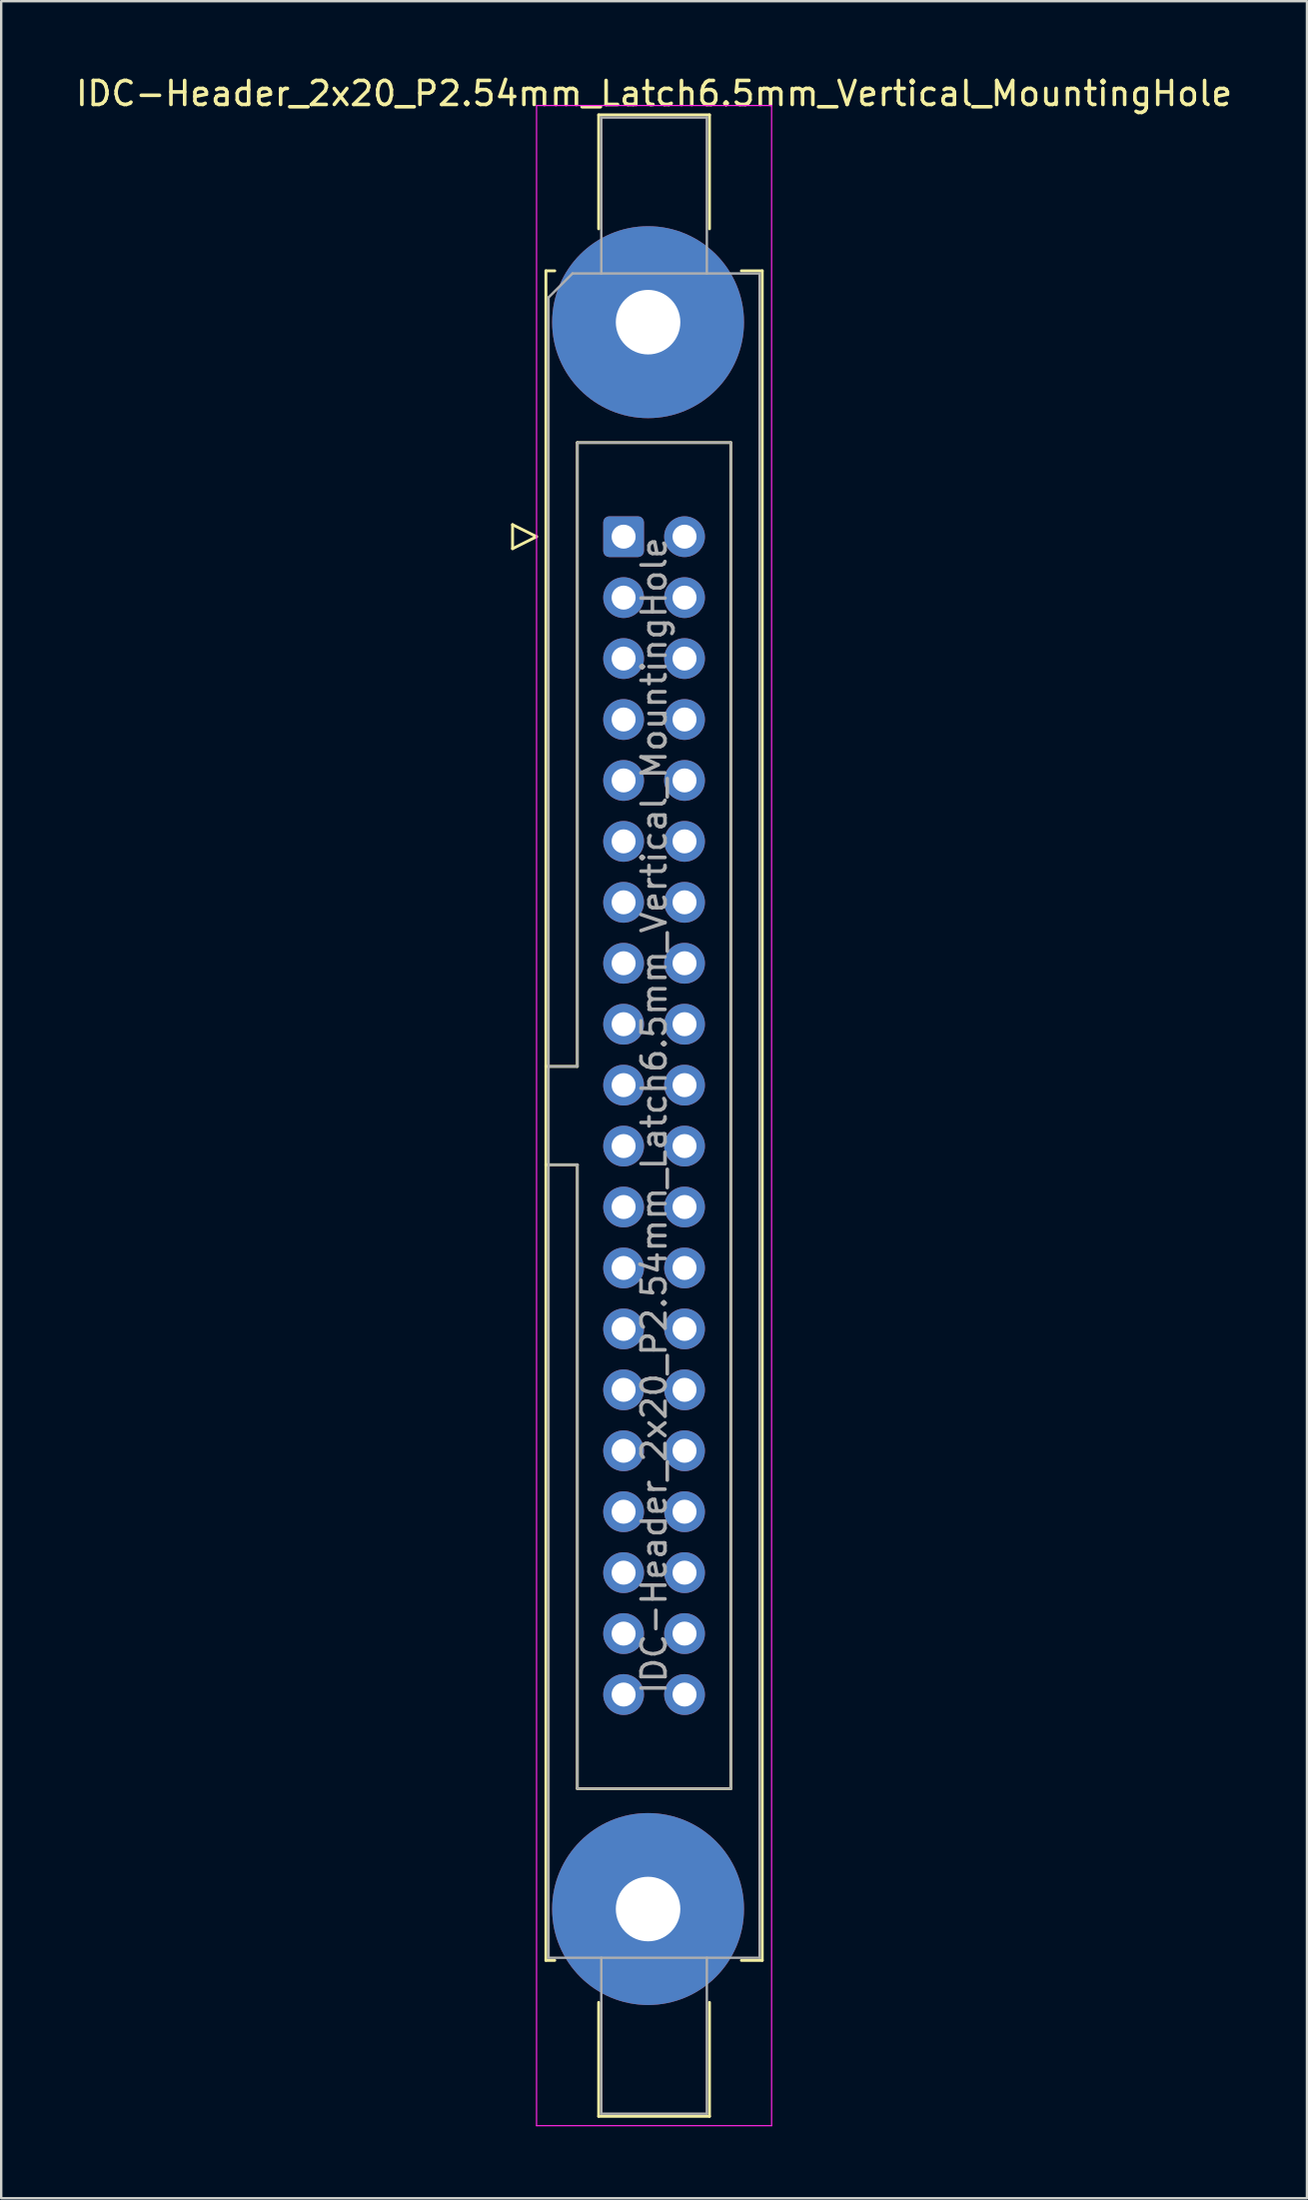
<source format=kicad_pcb>
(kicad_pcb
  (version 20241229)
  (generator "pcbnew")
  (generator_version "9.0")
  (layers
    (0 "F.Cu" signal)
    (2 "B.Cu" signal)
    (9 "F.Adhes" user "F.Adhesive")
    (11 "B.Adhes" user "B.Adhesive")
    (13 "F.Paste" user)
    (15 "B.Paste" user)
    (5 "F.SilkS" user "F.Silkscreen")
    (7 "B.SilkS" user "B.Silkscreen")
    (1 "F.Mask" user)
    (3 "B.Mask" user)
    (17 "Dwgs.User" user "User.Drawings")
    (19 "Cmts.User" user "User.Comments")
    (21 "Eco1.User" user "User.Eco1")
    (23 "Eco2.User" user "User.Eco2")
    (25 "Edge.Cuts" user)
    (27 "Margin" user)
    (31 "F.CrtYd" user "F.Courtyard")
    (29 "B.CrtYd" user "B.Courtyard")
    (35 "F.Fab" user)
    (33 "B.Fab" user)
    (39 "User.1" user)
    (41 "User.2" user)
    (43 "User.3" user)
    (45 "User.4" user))
  (footprint "IDC-Header_2x20_P2.54mm_Latch6.5mm_Vertical_MountingHole"
    (layer "F.Cu")
    (at 22.95 19.318)
    (property "Reference" "IDC-Header_2x20_P2.54mm_Latch6.5mm_Vertical_MountingHole" (at 1.27 -18.47 0) (layer "F.SilkS") (effects (font (size 1 1) (thickness 0.15))))
    (attr through_hole)
    (fp_line (start -4.63 -0.5) (end -4.63 0.5) (stroke (width 0.12) (type solid)) (layer "F.SilkS"))
    (fp_line (start -4.63 0.5) (end -3.63 0) (stroke (width 0.12) (type solid)) (layer "F.SilkS"))
    (fp_line (start -3.63 0) (end -4.63 -0.5) (stroke (width 0.12) (type solid)) (layer "F.SilkS"))
    (fp_line (start -3.24 -11.08) (end -3.24 59.34) (stroke (width 0.12) (type solid)) (layer "F.SilkS"))
    (fp_line (start -3.24 22.08) (end -1.93 22.08) (stroke (width 0.12) (type solid)) (layer "F.SilkS"))
    (fp_line (start -3.24 59.34) (end -2.87 59.34) (stroke (width 0.12) (type solid)) (layer "F.SilkS"))
    (fp_line (start -2.87 -11.08) (end -3.24 -11.08) (stroke (width 0.12) (type solid)) (layer "F.SilkS"))
    (fp_line (start -1.93 -3.92) (end 4.47 -3.92) (stroke (width 0.12) (type solid)) (layer "F.SilkS"))
    (fp_line (start -1.93 22.08) (end -1.93 -3.92) (stroke (width 0.12) (type solid)) (layer "F.SilkS"))
    (fp_line (start -1.93 26.18) (end -3.24 26.18) (stroke (width 0.12) (type solid)) (layer "F.SilkS"))
    (fp_line (start -1.93 26.18) (end -1.93 26.18) (stroke (width 0.12) (type solid)) (layer "F.SilkS"))
    (fp_line (start -1.93 52.18) (end -1.93 26.18) (stroke (width 0.12) (type solid)) (layer "F.SilkS"))
    (fp_line (start -1.04 -17.58) (end 3.58 -17.58) (stroke (width 0.12) (type solid)) (layer "F.SilkS"))
    (fp_line (start -1.04 -12.83) (end -1.04 -17.58) (stroke (width 0.12) (type solid)) (layer "F.SilkS"))
    (fp_line (start -1.04 61.09) (end -1.04 65.84) (stroke (width 0.12) (type solid)) (layer "F.SilkS"))
    (fp_line (start -1.04 65.84) (end 3.58 65.84) (stroke (width 0.12) (type solid)) (layer "F.SilkS"))
    (fp_line (start 3.58 -17.58) (end 3.58 -12.83) (stroke (width 0.12) (type solid)) (layer "F.SilkS"))
    (fp_line (start 3.58 65.84) (end 3.58 61.09) (stroke (width 0.12) (type solid)) (layer "F.SilkS"))
    (fp_line (start 4.47 -3.92) (end 4.47 52.18) (stroke (width 0.12) (type solid)) (layer "F.SilkS"))
    (fp_line (start 4.47 52.18) (end -1.93 52.18) (stroke (width 0.12) (type solid)) (layer "F.SilkS"))
    (fp_line (start 4.91 -11.08) (end 5.78 -11.08) (stroke (width 0.12) (type solid)) (layer "F.SilkS"))
    (fp_line (start 5.78 -11.08) (end 5.78 59.34) (stroke (width 0.12) (type solid)) (layer "F.SilkS"))
    (fp_line (start 5.78 59.34) (end 4.91 59.34) (stroke (width 0.12) (type solid)) (layer "F.SilkS"))
    (fp_line (start -3.63 -17.97) (end -3.63 66.23) (stroke (width 0.05) (type solid)) (layer "F.CrtYd"))
    (fp_line (start -3.63 66.23) (end 6.17 66.23) (stroke (width 0.05) (type solid)) (layer "F.CrtYd"))
    (fp_line (start 6.17 -17.97) (end -3.63 -17.97) (stroke (width 0.05) (type solid)) (layer "F.CrtYd"))
    (fp_line (start 6.17 66.23) (end 6.17 -17.97) (stroke (width 0.05) (type solid)) (layer "F.CrtYd"))
    (fp_line (start -3.13 -9.97) (end -2.13 -10.97) (stroke (width 0.1) (type solid)) (layer "F.Fab"))
    (fp_line (start -3.13 22.08) (end -1.93 22.08) (stroke (width 0.1) (type solid)) (layer "F.Fab"))
    (fp_line (start -3.13 59.23) (end -3.13 -9.97) (stroke (width 0.1) (type solid)) (layer "F.Fab"))
    (fp_line (start -2.13 -10.97) (end 5.67 -10.97) (stroke (width 0.1) (type solid)) (layer "F.Fab"))
    (fp_line (start -1.93 -3.92) (end 4.47 -3.92) (stroke (width 0.1) (type solid)) (layer "F.Fab"))
    (fp_line (start -1.93 22.08) (end -1.93 -3.92) (stroke (width 0.1) (type solid)) (layer "F.Fab"))
    (fp_line (start -1.93 26.18) (end -3.13 26.18) (stroke (width 0.1) (type solid)) (layer "F.Fab"))
    (fp_line (start -1.93 26.18) (end -1.93 26.18) (stroke (width 0.1) (type solid)) (layer "F.Fab"))
    (fp_line (start -1.93 52.18) (end -1.93 26.18) (stroke (width 0.1) (type solid)) (layer "F.Fab"))
    (fp_line (start -0.93 -17.47) (end 3.47 -17.47) (stroke (width 0.1) (type solid)) (layer "F.Fab"))
    (fp_line (start -0.93 -10.97) (end -0.93 -17.47) (stroke (width 0.1) (type solid)) (layer "F.Fab"))
    (fp_line (start -0.93 59.23) (end -0.93 65.73) (stroke (width 0.1) (type solid)) (layer "F.Fab"))
    (fp_line (start -0.93 65.73) (end 3.47 65.73) (stroke (width 0.1) (type solid)) (layer "F.Fab"))
    (fp_line (start 3.47 -17.47) (end 3.47 -10.97) (stroke (width 0.1) (type solid)) (layer "F.Fab"))
    (fp_line (start 3.47 65.73) (end 3.47 59.23) (stroke (width 0.1) (type solid)) (layer "F.Fab"))
    (fp_line (start 4.47 -3.92) (end 4.47 52.18) (stroke (width 0.1) (type solid)) (layer "F.Fab"))
    (fp_line (start 4.47 52.18) (end -1.93 52.18) (stroke (width 0.1) (type solid)) (layer "F.Fab"))
    (fp_line (start 5.67 -10.97) (end 5.67 59.23) (stroke (width 0.1) (type solid)) (layer "F.Fab"))
    (fp_line (start 5.67 59.23) (end -3.13 59.23) (stroke (width 0.1) (type solid)) (layer "F.Fab"))
    (fp_text user "${REFERENCE}" (at 1.27 24.13 90) (layer "F.Fab") (effects (font (size 1 1) (thickness 0.15))))
    (pad "" thru_hole circle (at 1.02 -8.94) (size 8 8) (drill 2.69) (layers "*.Cu" "*.Mask"))
    (pad "" thru_hole circle (at 1.02 57.2) (size 8 8) (drill 2.69) (layers "*.Cu" "*.Mask"))
    (pad "1" thru_hole roundrect (at 0 0) (size 1.7 1.7) (drill 1) (layers "*.Cu" "*.Mask") (roundrect_rratio 0.147))
    (pad "2" thru_hole circle (at 2.54 0) (size 1.7 1.7) (drill 1) (layers "*.Cu" "*.Mask"))
    (pad "3" thru_hole circle (at 0 2.54) (size 1.7 1.7) (drill 1) (layers "*.Cu" "*.Mask"))
    (pad "4" thru_hole circle (at 2.54 2.54) (size 1.7 1.7) (drill 1) (layers "*.Cu" "*.Mask"))
    (pad "5" thru_hole circle (at 0 5.08) (size 1.7 1.7) (drill 1) (layers "*.Cu" "*.Mask"))
    (pad "6" thru_hole circle (at 2.54 5.08) (size 1.7 1.7) (drill 1) (layers "*.Cu" "*.Mask"))
    (pad "7" thru_hole circle (at 0 7.62) (size 1.7 1.7) (drill 1) (layers "*.Cu" "*.Mask"))
    (pad "8" thru_hole circle (at 2.54 7.62) (size 1.7 1.7) (drill 1) (layers "*.Cu" "*.Mask"))
    (pad "9" thru_hole circle (at 0 10.16) (size 1.7 1.7) (drill 1) (layers "*.Cu" "*.Mask"))
    (pad "10" thru_hole circle (at 2.54 10.16) (size 1.7 1.7) (drill 1) (layers "*.Cu" "*.Mask"))
    (pad "11" thru_hole circle (at 0 12.7) (size 1.7 1.7) (drill 1) (layers "*.Cu" "*.Mask"))
    (pad "12" thru_hole circle (at 2.54 12.7) (size 1.7 1.7) (drill 1) (layers "*.Cu" "*.Mask"))
    (pad "13" thru_hole circle (at 0 15.24) (size 1.7 1.7) (drill 1) (layers "*.Cu" "*.Mask"))
    (pad "14" thru_hole circle (at 2.54 15.24) (size 1.7 1.7) (drill 1) (layers "*.Cu" "*.Mask"))
    (pad "15" thru_hole circle (at 0 17.78) (size 1.7 1.7) (drill 1) (layers "*.Cu" "*.Mask"))
    (pad "16" thru_hole circle (at 2.54 17.78) (size 1.7 1.7) (drill 1) (layers "*.Cu" "*.Mask"))
    (pad "17" thru_hole circle (at 0 20.32) (size 1.7 1.7) (drill 1) (layers "*.Cu" "*.Mask"))
    (pad "18" thru_hole circle (at 2.54 20.32) (size 1.7 1.7) (drill 1) (layers "*.Cu" "*.Mask"))
    (pad "19" thru_hole circle (at 0 22.86) (size 1.7 1.7) (drill 1) (layers "*.Cu" "*.Mask"))
    (pad "20" thru_hole circle (at 2.54 22.86) (size 1.7 1.7) (drill 1) (layers "*.Cu" "*.Mask"))
    (pad "21" thru_hole circle (at 0 25.4) (size 1.7 1.7) (drill 1) (layers "*.Cu" "*.Mask"))
    (pad "22" thru_hole circle (at 2.54 25.4) (size 1.7 1.7) (drill 1) (layers "*.Cu" "*.Mask"))
    (pad "23" thru_hole circle (at 0 27.94) (size 1.7 1.7) (drill 1) (layers "*.Cu" "*.Mask"))
    (pad "24" thru_hole circle (at 2.54 27.94) (size 1.7 1.7) (drill 1) (layers "*.Cu" "*.Mask"))
    (pad "25" thru_hole circle (at 0 30.48) (size 1.7 1.7) (drill 1) (layers "*.Cu" "*.Mask"))
    (pad "26" thru_hole circle (at 2.54 30.48) (size 1.7 1.7) (drill 1) (layers "*.Cu" "*.Mask"))
    (pad "27" thru_hole circle (at 0 33.02) (size 1.7 1.7) (drill 1) (layers "*.Cu" "*.Mask"))
    (pad "28" thru_hole circle (at 2.54 33.02) (size 1.7 1.7) (drill 1) (layers "*.Cu" "*.Mask"))
    (pad "29" thru_hole circle (at 0 35.56) (size 1.7 1.7) (drill 1) (layers "*.Cu" "*.Mask"))
    (pad "30" thru_hole circle (at 2.54 35.56) (size 1.7 1.7) (drill 1) (layers "*.Cu" "*.Mask"))
    (pad "31" thru_hole circle (at 0 38.1) (size 1.7 1.7) (drill 1) (layers "*.Cu" "*.Mask"))
    (pad "32" thru_hole circle (at 2.54 38.1) (size 1.7 1.7) (drill 1) (layers "*.Cu" "*.Mask"))
    (pad "33" thru_hole circle (at 0 40.64) (size 1.7 1.7) (drill 1) (layers "*.Cu" "*.Mask"))
    (pad "34" thru_hole circle (at 2.54 40.64) (size 1.7 1.7) (drill 1) (layers "*.Cu" "*.Mask"))
    (pad "35" thru_hole circle (at 0 43.18) (size 1.7 1.7) (drill 1) (layers "*.Cu" "*.Mask"))
    (pad "36" thru_hole circle (at 2.54 43.18) (size 1.7 1.7) (drill 1) (layers "*.Cu" "*.Mask"))
    (pad "37" thru_hole circle (at 0 45.72) (size 1.7 1.7) (drill 1) (layers "*.Cu" "*.Mask"))
    (pad "38" thru_hole circle (at 2.54 45.72) (size 1.7 1.7) (drill 1) (layers "*.Cu" "*.Mask"))
    (pad "39" thru_hole circle (at 0 48.26) (size 1.7 1.7) (drill 1) (layers "*.Cu" "*.Mask"))
    (pad "40" thru_hole circle (at 2.54 48.26) (size 1.7 1.7) (drill 1) (layers "*.Cu" "*.Mask")))
  (gr_rect
    (start -3 -3)
    (end 51.44 88.573)
    (stroke (width 0.1) (type default))
    (fill no)
    (layer "Edge.Cuts")))
</source>
